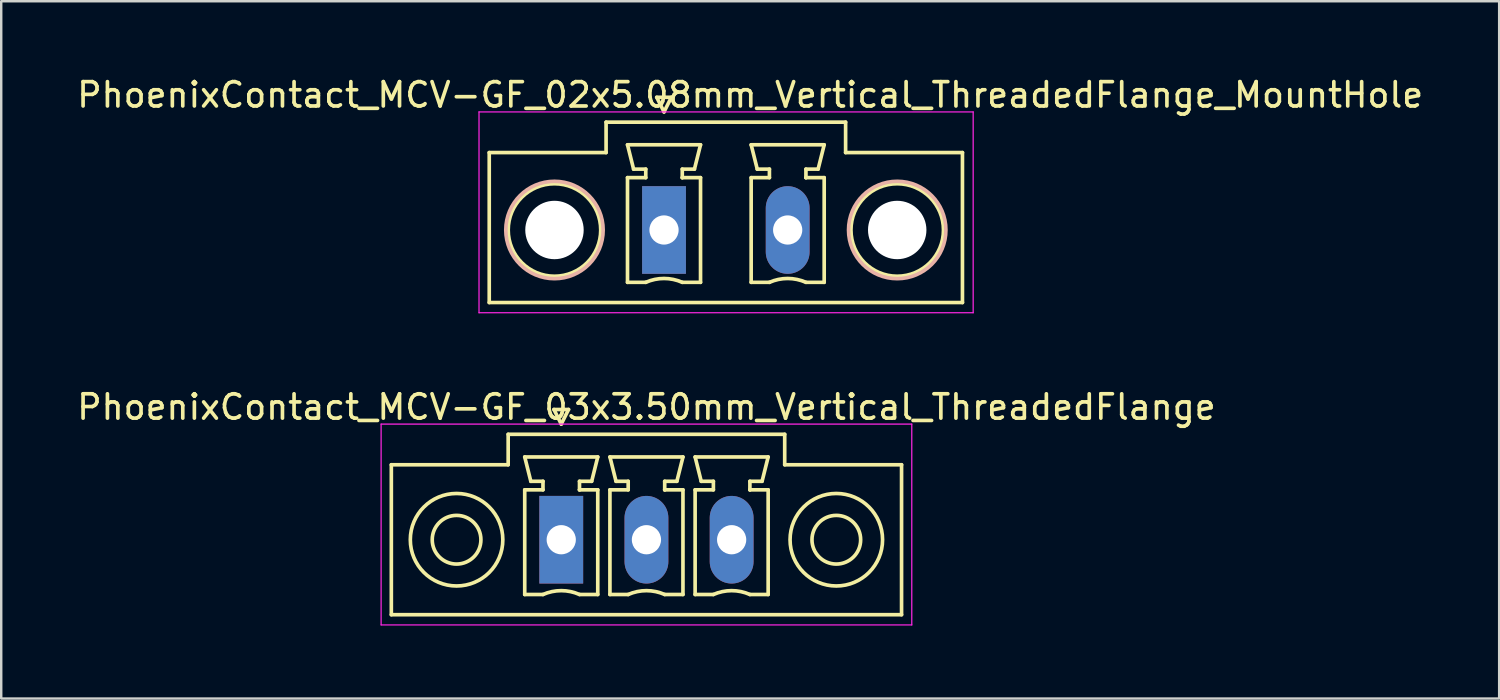
<source format=kicad_pcb>
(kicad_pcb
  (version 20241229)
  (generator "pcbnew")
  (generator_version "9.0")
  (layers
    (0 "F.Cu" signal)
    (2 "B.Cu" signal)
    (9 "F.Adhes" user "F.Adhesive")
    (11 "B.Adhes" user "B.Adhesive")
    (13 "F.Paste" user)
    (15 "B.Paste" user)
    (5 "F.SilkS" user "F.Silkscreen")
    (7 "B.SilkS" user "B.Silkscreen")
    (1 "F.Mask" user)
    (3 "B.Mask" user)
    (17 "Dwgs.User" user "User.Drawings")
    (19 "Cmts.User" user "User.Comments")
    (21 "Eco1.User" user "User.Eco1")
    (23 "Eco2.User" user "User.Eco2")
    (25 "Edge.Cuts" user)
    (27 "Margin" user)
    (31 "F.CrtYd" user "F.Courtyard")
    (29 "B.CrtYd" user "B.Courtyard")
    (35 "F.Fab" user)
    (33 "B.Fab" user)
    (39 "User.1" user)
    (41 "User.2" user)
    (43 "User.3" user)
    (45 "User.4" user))
  (footprint "PhoenixContact_MCV-GF_02x5.08mm_Vertical_ThreadedFlange_MountHole"
    (layer "F.Cu")
    (at 24.228 6.398)
    (property "Reference" "PhoenixContact_MCV-GF_02x5.08mm_Vertical_ThreadedFlange_MountHole" (at 3.54 -5.55 0) (layer "F.SilkS") (effects (font (size 1 1) (thickness 0.15))))
    (attr through_hole)
    (fp_line (start -7.18 -3.18) (end -7.18 2.98) (stroke (width 0.15) (type solid)) (layer "F.SilkS"))
    (fp_line (start -7.18 2.98) (end 12.26 2.98) (stroke (width 0.15) (type solid)) (layer "F.SilkS"))
    (fp_line (start -2.38 -4.43) (end -2.38 -3.18) (stroke (width 0.15) (type solid)) (layer "F.SilkS"))
    (fp_line (start -2.38 -3.18) (end -7.18 -3.18) (stroke (width 0.15) (type solid)) (layer "F.SilkS"))
    (fp_line (start -1.5 -3.5) (end 1.5 -3.5) (stroke (width 0.15) (type solid)) (layer "F.SilkS"))
    (fp_line (start -1.5 -2.15) (end -0.75 -2.15) (stroke (width 0.15) (type solid)) (layer "F.SilkS"))
    (fp_line (start -1.5 2.15) (end -1.5 -2.15) (stroke (width 0.15) (type solid)) (layer "F.SilkS"))
    (fp_line (start -1.25 -2.5) (end -1.5 -3.5) (stroke (width 0.15) (type solid)) (layer "F.SilkS"))
    (fp_line (start -0.75 -2.5) (end -1.25 -2.5) (stroke (width 0.15) (type solid)) (layer "F.SilkS"))
    (fp_line (start -0.75 -2.15) (end -0.75 -2.5) (stroke (width 0.15) (type solid)) (layer "F.SilkS"))
    (fp_line (start -0.75 2.15) (end -1.5 2.15) (stroke (width 0.15) (type solid)) (layer "F.SilkS"))
    (fp_line (start -0.3 -5.45) (end 0 -4.85) (stroke (width 0.15) (type solid)) (layer "F.SilkS"))
    (fp_line (start 0 -4.85) (end 0.3 -5.45) (stroke (width 0.15) (type solid)) (layer "F.SilkS"))
    (fp_line (start 0.3 -5.45) (end -0.3 -5.45) (stroke (width 0.15) (type solid)) (layer "F.SilkS"))
    (fp_line (start 0.75 -2.5) (end 0.75 -2.15) (stroke (width 0.15) (type solid)) (layer "F.SilkS"))
    (fp_line (start 0.75 -2.15) (end 0.75 -2.15) (stroke (width 0.15) (type solid)) (layer "F.SilkS"))
    (fp_line (start 0.75 -2.15) (end 1.5 -2.15) (stroke (width 0.15) (type solid)) (layer "F.SilkS"))
    (fp_line (start 1.25 -2.5) (end 0.75 -2.5) (stroke (width 0.15) (type solid)) (layer "F.SilkS"))
    (fp_line (start 1.5 -3.5) (end 1.25 -2.5) (stroke (width 0.15) (type solid)) (layer "F.SilkS"))
    (fp_line (start 1.5 -2.15) (end 1.5 2.15) (stroke (width 0.15) (type solid)) (layer "F.SilkS"))
    (fp_line (start 1.5 2.15) (end 0.75 2.15) (stroke (width 0.15) (type solid)) (layer "F.SilkS"))
    (fp_line (start 3.58 -3.5) (end 6.58 -3.5) (stroke (width 0.15) (type solid)) (layer "F.SilkS"))
    (fp_line (start 3.58 -2.15) (end 4.33 -2.15) (stroke (width 0.15) (type solid)) (layer "F.SilkS"))
    (fp_line (start 3.58 2.15) (end 3.58 -2.15) (stroke (width 0.15) (type solid)) (layer "F.SilkS"))
    (fp_line (start 3.83 -2.5) (end 3.58 -3.5) (stroke (width 0.15) (type solid)) (layer "F.SilkS"))
    (fp_line (start 4.33 -2.5) (end 3.83 -2.5) (stroke (width 0.15) (type solid)) (layer "F.SilkS"))
    (fp_line (start 4.33 -2.15) (end 4.33 -2.5) (stroke (width 0.15) (type solid)) (layer "F.SilkS"))
    (fp_line (start 4.33 2.15) (end 3.58 2.15) (stroke (width 0.15) (type solid)) (layer "F.SilkS"))
    (fp_line (start 5.83 -2.5) (end 5.83 -2.15) (stroke (width 0.15) (type solid)) (layer "F.SilkS"))
    (fp_line (start 5.83 -2.15) (end 5.83 -2.15) (stroke (width 0.15) (type solid)) (layer "F.SilkS"))
    (fp_line (start 5.83 -2.15) (end 6.58 -2.15) (stroke (width 0.15) (type solid)) (layer "F.SilkS"))
    (fp_line (start 6.33 -2.5) (end 5.83 -2.5) (stroke (width 0.15) (type solid)) (layer "F.SilkS"))
    (fp_line (start 6.58 -3.5) (end 6.33 -2.5) (stroke (width 0.15) (type solid)) (layer "F.SilkS"))
    (fp_line (start 6.58 -2.15) (end 6.58 2.15) (stroke (width 0.15) (type solid)) (layer "F.SilkS"))
    (fp_line (start 6.58 2.15) (end 5.83 2.15) (stroke (width 0.15) (type solid)) (layer "F.SilkS"))
    (fp_line (start 7.46 -4.43) (end -2.38 -4.43) (stroke (width 0.15) (type solid)) (layer "F.SilkS"))
    (fp_line (start 7.46 -3.18) (end 7.46 -4.43) (stroke (width 0.15) (type solid)) (layer "F.SilkS"))
    (fp_line (start 12.26 -3.18) (end 7.46 -3.18) (stroke (width 0.15) (type solid)) (layer "F.SilkS"))
    (fp_line (start 12.26 2.98) (end 12.26 -3.18) (stroke (width 0.15) (type solid)) (layer "F.SilkS"))
    (fp_arc (start -0.75 2.15) (mid -0.000193 1.99191) (end 0.749647 2.149844) (stroke (width 0.15) (type solid)) (layer "F.SilkS"))
    (fp_arc (start 4.33 2.15) (mid 5.079807 1.99191) (end 5.829647 2.149844) (stroke (width 0.15) (type solid)) (layer "F.SilkS"))
    (fp_circle (center -4.5 0) (end -2.6 0) (stroke (width 0.15) (type solid)) (fill no) (layer "F.SilkS"))
    (fp_circle (center 9.58 0) (end 11.48 0) (stroke (width 0.15) (type solid)) (fill no) (layer "F.SilkS"))
    (fp_circle (center -4.5 0) (end -2.5 0) (stroke (width 0.15) (type solid)) (fill no) (layer "B.SilkS"))
    (fp_circle (center 9.58 0) (end 11.58 0) (stroke (width 0.15) (type solid)) (fill no) (layer "B.SilkS"))
    (fp_line (start -7.6 -4.85) (end -7.6 3.4) (stroke (width 0.05) (type solid)) (layer "F.CrtYd"))
    (fp_line (start -7.6 3.4) (end 12.7 3.4) (stroke (width 0.05) (type solid)) (layer "F.CrtYd"))
    (fp_line (start 12.7 -4.85) (end -7.6 -4.85) (stroke (width 0.05) (type solid)) (layer "F.CrtYd"))
    (fp_line (start 12.7 3.4) (end 12.7 -4.85) (stroke (width 0.05) (type solid)) (layer "F.CrtYd"))
    (pad "" np_thru_hole circle (at -4.5 0) (size 2.4 2.4) (drill 2.4) (layers "*.Cu" "*.Mask"))
    (pad "" np_thru_hole circle (at 9.58 0) (size 2.4 2.4) (drill 2.4) (layers "*.Cu" "*.Mask"))
    (pad "1" thru_hole rect (at 0 0) (size 1.8 3.6) (drill 1.2) (layers "*.Cu" "*.Mask"))
    (pad "2" thru_hole oval (at 5.08 0) (size 1.8 3.6) (drill 1.2) (layers "*.Cu" "*.Mask")))
  (footprint "PhoenixContact_MCV-GF_03x3.50mm_Vertical_ThreadedFlange"
    (layer "F.Cu")
    (at 20.006 19.122)
    (property "Reference" "PhoenixContact_MCV-GF_03x3.50mm_Vertical_ThreadedFlange" (at 3.5 -5.45 0) (layer "F.SilkS") (effects (font (size 1 1) (thickness 0.15))))
    (attr through_hole)
    (fp_line (start -6.98 -3.08) (end -6.98 3.08) (stroke (width 0.15) (type solid)) (layer "F.SilkS"))
    (fp_line (start -6.98 3.08) (end 13.98 3.08) (stroke (width 0.15) (type solid)) (layer "F.SilkS"))
    (fp_line (start -2.18 -4.33) (end -2.18 -3.08) (stroke (width 0.15) (type solid)) (layer "F.SilkS"))
    (fp_line (start -2.18 -3.08) (end -6.98 -3.08) (stroke (width 0.15) (type solid)) (layer "F.SilkS"))
    (fp_line (start -1.5 -3.4) (end 1.5 -3.4) (stroke (width 0.15) (type solid)) (layer "F.SilkS"))
    (fp_line (start -1.5 -2.05) (end -0.75 -2.05) (stroke (width 0.15) (type solid)) (layer "F.SilkS"))
    (fp_line (start -1.5 2.25) (end -1.5 -2.05) (stroke (width 0.15) (type solid)) (layer "F.SilkS"))
    (fp_line (start -1.25 -2.4) (end -1.5 -3.4) (stroke (width 0.15) (type solid)) (layer "F.SilkS"))
    (fp_line (start -0.75 -2.4) (end -1.25 -2.4) (stroke (width 0.15) (type solid)) (layer "F.SilkS"))
    (fp_line (start -0.75 -2.05) (end -0.75 -2.4) (stroke (width 0.15) (type solid)) (layer "F.SilkS"))
    (fp_line (start -0.75 2.25) (end -1.5 2.25) (stroke (width 0.15) (type solid)) (layer "F.SilkS"))
    (fp_line (start -0.3 -5.35) (end 0 -4.75) (stroke (width 0.15) (type solid)) (layer "F.SilkS"))
    (fp_line (start 0 -4.75) (end 0.3 -5.35) (stroke (width 0.15) (type solid)) (layer "F.SilkS"))
    (fp_line (start 0.3 -5.35) (end -0.3 -5.35) (stroke (width 0.15) (type solid)) (layer "F.SilkS"))
    (fp_line (start 0.75 -2.4) (end 0.75 -2.05) (stroke (width 0.15) (type solid)) (layer "F.SilkS"))
    (fp_line (start 0.75 -2.05) (end 0.75 -2.05) (stroke (width 0.15) (type solid)) (layer "F.SilkS"))
    (fp_line (start 0.75 -2.05) (end 1.5 -2.05) (stroke (width 0.15) (type solid)) (layer "F.SilkS"))
    (fp_line (start 1.25 -2.4) (end 0.75 -2.4) (stroke (width 0.15) (type solid)) (layer "F.SilkS"))
    (fp_line (start 1.5 -3.4) (end 1.25 -2.4) (stroke (width 0.15) (type solid)) (layer "F.SilkS"))
    (fp_line (start 1.5 -2.05) (end 1.5 2.25) (stroke (width 0.15) (type solid)) (layer "F.SilkS"))
    (fp_line (start 1.5 2.25) (end 0.75 2.25) (stroke (width 0.15) (type solid)) (layer "F.SilkS"))
    (fp_line (start 2 -3.4) (end 5 -3.4) (stroke (width 0.15) (type solid)) (layer "F.SilkS"))
    (fp_line (start 2 -2.05) (end 2.75 -2.05) (stroke (width 0.15) (type solid)) (layer "F.SilkS"))
    (fp_line (start 2 2.25) (end 2 -2.05) (stroke (width 0.15) (type solid)) (layer "F.SilkS"))
    (fp_line (start 2.25 -2.4) (end 2 -3.4) (stroke (width 0.15) (type solid)) (layer "F.SilkS"))
    (fp_line (start 2.75 -2.4) (end 2.25 -2.4) (stroke (width 0.15) (type solid)) (layer "F.SilkS"))
    (fp_line (start 2.75 -2.05) (end 2.75 -2.4) (stroke (width 0.15) (type solid)) (layer "F.SilkS"))
    (fp_line (start 2.75 2.25) (end 2 2.25) (stroke (width 0.15) (type solid)) (layer "F.SilkS"))
    (fp_line (start 4.25 -2.4) (end 4.25 -2.05) (stroke (width 0.15) (type solid)) (layer "F.SilkS"))
    (fp_line (start 4.25 -2.05) (end 4.25 -2.05) (stroke (width 0.15) (type solid)) (layer "F.SilkS"))
    (fp_line (start 4.25 -2.05) (end 5 -2.05) (stroke (width 0.15) (type solid)) (layer "F.SilkS"))
    (fp_line (start 4.75 -2.4) (end 4.25 -2.4) (stroke (width 0.15) (type solid)) (layer "F.SilkS"))
    (fp_line (start 5 -3.4) (end 4.75 -2.4) (stroke (width 0.15) (type solid)) (layer "F.SilkS"))
    (fp_line (start 5 -2.05) (end 5 2.25) (stroke (width 0.15) (type solid)) (layer "F.SilkS"))
    (fp_line (start 5 2.25) (end 4.25 2.25) (stroke (width 0.15) (type solid)) (layer "F.SilkS"))
    (fp_line (start 5.5 -3.4) (end 8.5 -3.4) (stroke (width 0.15) (type solid)) (layer "F.SilkS"))
    (fp_line (start 5.5 -2.05) (end 6.25 -2.05) (stroke (width 0.15) (type solid)) (layer "F.SilkS"))
    (fp_line (start 5.5 2.25) (end 5.5 -2.05) (stroke (width 0.15) (type solid)) (layer "F.SilkS"))
    (fp_line (start 5.75 -2.4) (end 5.5 -3.4) (stroke (width 0.15) (type solid)) (layer "F.SilkS"))
    (fp_line (start 6.25 -2.4) (end 5.75 -2.4) (stroke (width 0.15) (type solid)) (layer "F.SilkS"))
    (fp_line (start 6.25 -2.05) (end 6.25 -2.4) (stroke (width 0.15) (type solid)) (layer "F.SilkS"))
    (fp_line (start 6.25 2.25) (end 5.5 2.25) (stroke (width 0.15) (type solid)) (layer "F.SilkS"))
    (fp_line (start 7.75 -2.4) (end 7.75 -2.05) (stroke (width 0.15) (type solid)) (layer "F.SilkS"))
    (fp_line (start 7.75 -2.05) (end 7.75 -2.05) (stroke (width 0.15) (type solid)) (layer "F.SilkS"))
    (fp_line (start 7.75 -2.05) (end 8.5 -2.05) (stroke (width 0.15) (type solid)) (layer "F.SilkS"))
    (fp_line (start 8.25 -2.4) (end 7.75 -2.4) (stroke (width 0.15) (type solid)) (layer "F.SilkS"))
    (fp_line (start 8.5 -3.4) (end 8.25 -2.4) (stroke (width 0.15) (type solid)) (layer "F.SilkS"))
    (fp_line (start 8.5 -2.05) (end 8.5 2.25) (stroke (width 0.15) (type solid)) (layer "F.SilkS"))
    (fp_line (start 8.5 2.25) (end 7.75 2.25) (stroke (width 0.15) (type solid)) (layer "F.SilkS"))
    (fp_line (start 9.18 -4.33) (end -2.18 -4.33) (stroke (width 0.15) (type solid)) (layer "F.SilkS"))
    (fp_line (start 9.18 -3.08) (end 9.18 -4.33) (stroke (width 0.15) (type solid)) (layer "F.SilkS"))
    (fp_line (start 13.98 -3.08) (end 9.18 -3.08) (stroke (width 0.15) (type solid)) (layer "F.SilkS"))
    (fp_line (start 13.98 3.08) (end 13.98 -3.08) (stroke (width 0.15) (type solid)) (layer "F.SilkS"))
    (fp_arc (start -0.75 2.25) (mid -0.000193 2.09191) (end 0.749647 2.249844) (stroke (width 0.15) (type solid)) (layer "F.SilkS"))
    (fp_arc (start 2.75 2.25) (mid 3.499807 2.09191) (end 4.249647 2.249844) (stroke (width 0.15) (type solid)) (layer "F.SilkS"))
    (fp_arc (start 6.25 2.25) (mid 6.999807 2.09191) (end 7.749647 2.249844) (stroke (width 0.15) (type solid)) (layer "F.SilkS"))
    (fp_circle (center -4.3 0) (end -3.3 0) (stroke (width 0.15) (type solid)) (fill no) (layer "F.SilkS"))
    (fp_circle (center -4.3 0) (end -2.4 0) (stroke (width 0.15) (type solid)) (fill no) (layer "F.SilkS"))
    (fp_circle (center 11.3 0) (end 12.3 0) (stroke (width 0.15) (type solid)) (fill no) (layer "F.SilkS"))
    (fp_circle (center 11.3 0) (end 13.2 0) (stroke (width 0.15) (type solid)) (fill no) (layer "F.SilkS"))
    (fp_line (start -7.4 -4.75) (end -7.4 3.5) (stroke (width 0.05) (type solid)) (layer "F.CrtYd"))
    (fp_line (start -7.4 3.5) (end 14.4 3.5) (stroke (width 0.05) (type solid)) (layer "F.CrtYd"))
    (fp_line (start 14.4 -4.75) (end -7.4 -4.75) (stroke (width 0.05) (type solid)) (layer "F.CrtYd"))
    (fp_line (start 14.4 3.5) (end 14.4 -4.75) (stroke (width 0.05) (type solid)) (layer "F.CrtYd"))
    (pad "1" thru_hole rect (at 0 0) (size 1.8 3.6) (drill 1.2) (layers "*.Cu" "*.Mask"))
    (pad "2" thru_hole oval (at 3.5 0) (size 1.8 3.6) (drill 1.2) (layers "*.Cu" "*.Mask"))
    (pad "3" thru_hole oval (at 7 0) (size 1.8 3.6) (drill 1.2) (layers "*.Cu" "*.Mask")))
  (gr_rect
    (start -3 -3)
    (end 58.536 25.646)
    (stroke (width 0.1) (type default))
    (fill no)
    (layer "Edge.Cuts")))
</source>
